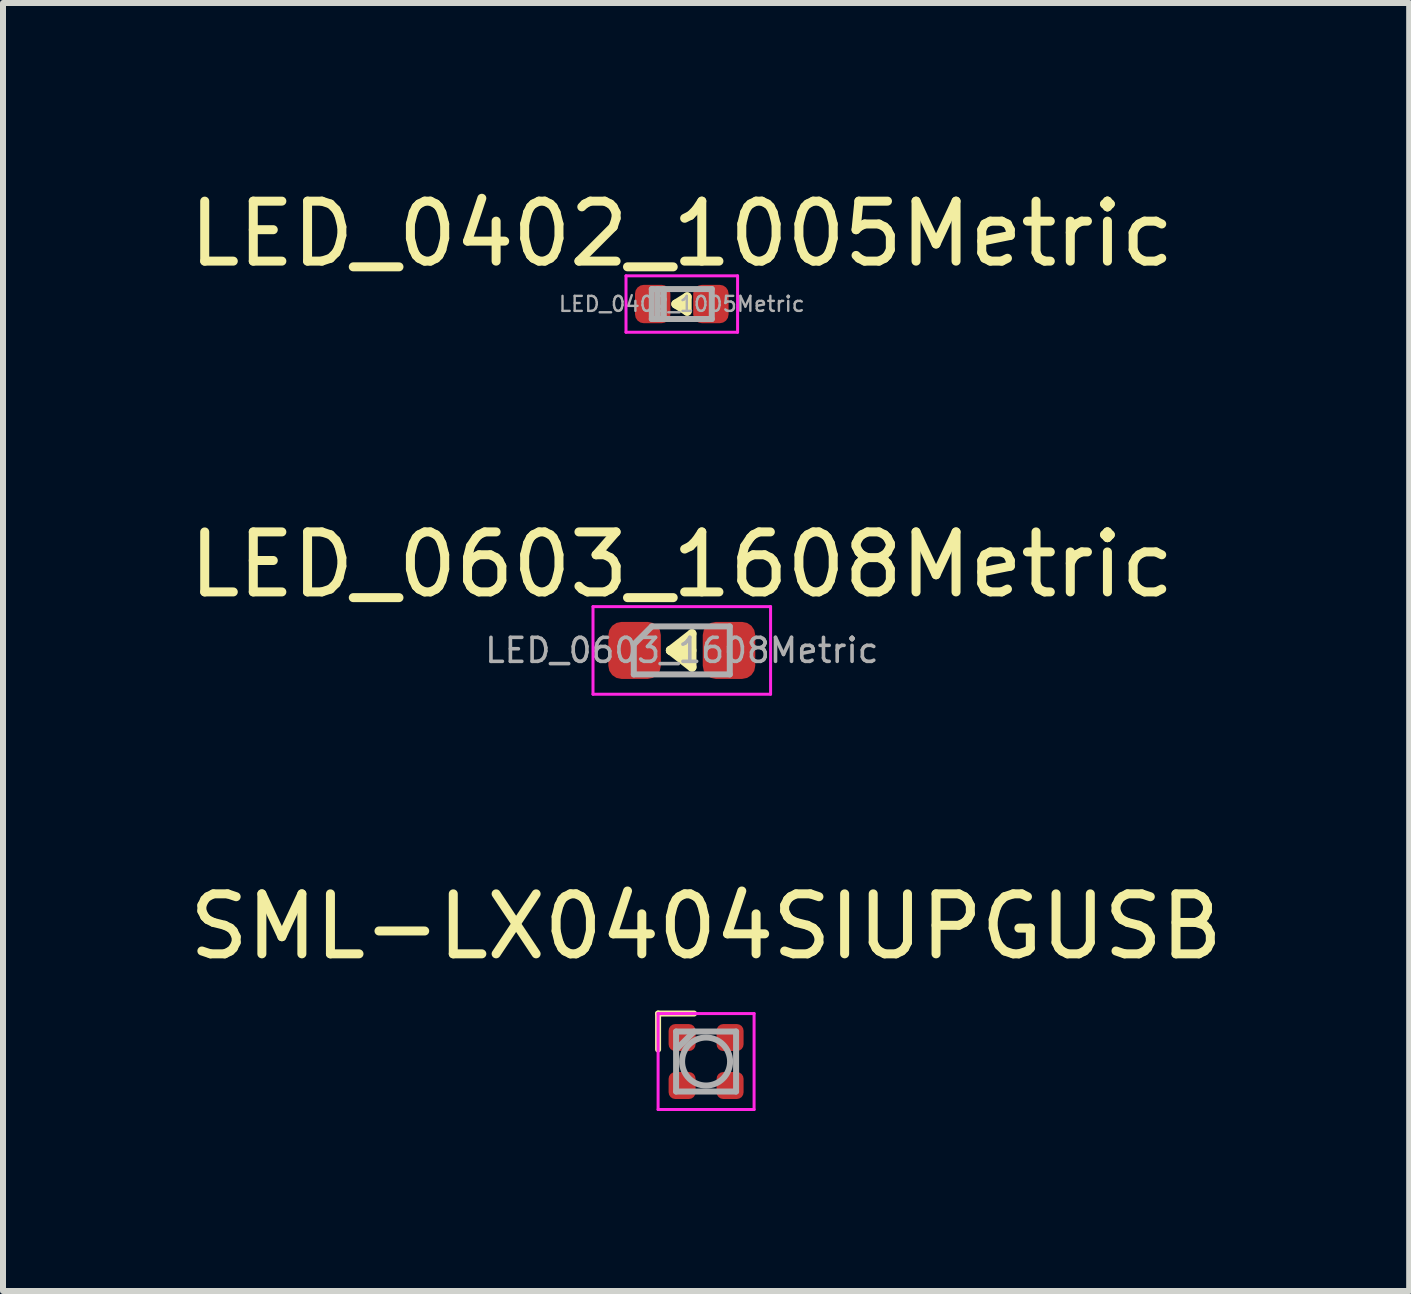
<source format=kicad_pcb>
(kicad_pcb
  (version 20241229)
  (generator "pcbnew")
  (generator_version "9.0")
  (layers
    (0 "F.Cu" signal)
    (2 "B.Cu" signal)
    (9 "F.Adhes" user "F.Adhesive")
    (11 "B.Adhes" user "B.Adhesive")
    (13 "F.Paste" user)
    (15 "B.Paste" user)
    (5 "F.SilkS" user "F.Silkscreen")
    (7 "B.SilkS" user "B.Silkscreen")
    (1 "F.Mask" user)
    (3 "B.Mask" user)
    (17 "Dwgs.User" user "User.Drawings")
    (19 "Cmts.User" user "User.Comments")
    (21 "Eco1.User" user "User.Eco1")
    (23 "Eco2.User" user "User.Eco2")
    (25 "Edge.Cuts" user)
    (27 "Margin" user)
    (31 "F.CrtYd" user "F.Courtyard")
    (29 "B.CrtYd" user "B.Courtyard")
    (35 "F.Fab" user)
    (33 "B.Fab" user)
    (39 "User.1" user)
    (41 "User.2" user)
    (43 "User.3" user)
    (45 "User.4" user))
  (footprint "LED_0603_1608Metric"
    (layer "F.Cu")
    (at 8.315 7.792)
    (property "Reference" "LED_0603_1608Metric" (at 0 -1.43 0) (layer "F.SilkS") (effects (font (size 1 1) (thickness 0.15))))
    (attr smd)
    (fp_line (start -0.19 0) (end 0.08 -0.11) (stroke (width 0.15) (type solid)) (layer "F.SilkS"))
    (fp_line (start -0.19 0) (end 0.17 0) (stroke (width 0.15) (type solid)) (layer "F.SilkS"))
    (fp_line (start 0.08 -0.11) (end 0.08 0.11) (stroke (width 0.15) (type solid)) (layer "F.SilkS"))
    (fp_line (start 0.08 0.11) (end 0.1 -0.02) (stroke (width 0.15) (type solid)) (layer "F.SilkS"))
    (fp_line (start 0.17 -0.28) (end -0.19 0) (stroke (width 0.15) (type solid)) (layer "F.SilkS"))
    (fp_line (start 0.17 -0.28) (end 0.17 0.28) (stroke (width 0.15) (type solid)) (layer "F.SilkS"))
    (fp_line (start 0.17 0.28) (end -0.19 0) (stroke (width 0.15) (type solid)) (layer "F.SilkS"))
    (fp_line (start -1.48 -0.73) (end 1.48 -0.73) (stroke (width 0.05) (type solid)) (layer "F.CrtYd"))
    (fp_line (start -1.48 0.73) (end -1.48 -0.73) (stroke (width 0.05) (type solid)) (layer "F.CrtYd"))
    (fp_line (start 1.48 -0.73) (end 1.48 0.73) (stroke (width 0.05) (type solid)) (layer "F.CrtYd"))
    (fp_line (start 1.48 0.73) (end -1.48 0.73) (stroke (width 0.05) (type solid)) (layer "F.CrtYd"))
    (fp_line (start -0.8 -0.1) (end -0.8 0.4) (stroke (width 0.1) (type solid)) (layer "F.Fab"))
    (fp_line (start -0.8 0.4) (end 0.8 0.4) (stroke (width 0.1) (type solid)) (layer "F.Fab"))
    (fp_line (start -0.5 -0.4) (end -0.8 -0.1) (stroke (width 0.1) (type solid)) (layer "F.Fab"))
    (fp_line (start 0.8 -0.4) (end -0.5 -0.4) (stroke (width 0.1) (type solid)) (layer "F.Fab"))
    (fp_line (start 0.8 0.4) (end 0.8 -0.4) (stroke (width 0.1) (type solid)) (layer "F.Fab"))
    (fp_text user "${REFERENCE}" (at 0 0 0) (layer "F.Fab") (effects (font (size 0.4 0.4) (thickness 0.06))))
    (pad "1" smd roundrect (at -0.787 0) (size 0.875 0.95) (layers "F.Cu" "F.Mask" "F.Paste") (roundrect_rratio 0.25))
    (pad "2" smd roundrect (at 0.787 0) (size 0.875 0.95) (layers "F.Cu" "F.Mask" "F.Paste") (roundrect_rratio 0.25)))
  (footprint "LED_0402_1005Metric"
    (layer "F.Cu")
    (at 8.315 2.018)
    (property "Reference" "LED_0402_1005Metric" (at 0 -1.17 0) (layer "F.SilkS") (effects (font (size 1 1) (thickness 0.15))))
    (attr smd)
    (fp_line (start -0.1 0) (end 0.09 0.12) (stroke (width 0.15) (type solid)) (layer "F.SilkS"))
    (fp_line (start 0.09 -0.12) (end -0.1 0) (stroke (width 0.15) (type solid)) (layer "F.SilkS"))
    (fp_line (start 0.09 -0.12) (end 0.09 0.12) (stroke (width 0.15) (type solid)) (layer "F.SilkS"))
    (fp_line (start -0.93 -0.47) (end 0.93 -0.47) (stroke (width 0.05) (type solid)) (layer "F.CrtYd"))
    (fp_line (start -0.93 0.47) (end -0.93 -0.47) (stroke (width 0.05) (type solid)) (layer "F.CrtYd"))
    (fp_line (start 0.93 -0.47) (end 0.93 0.47) (stroke (width 0.05) (type solid)) (layer "F.CrtYd"))
    (fp_line (start 0.93 0.47) (end -0.93 0.47) (stroke (width 0.05) (type solid)) (layer "F.CrtYd"))
    (fp_line (start -0.5 -0.25) (end 0.5 -0.25) (stroke (width 0.1) (type solid)) (layer "F.Fab"))
    (fp_line (start -0.5 0.25) (end -0.5 -0.25) (stroke (width 0.1) (type solid)) (layer "F.Fab"))
    (fp_line (start -0.4 0.25) (end -0.4 -0.25) (stroke (width 0.1) (type solid)) (layer "F.Fab"))
    (fp_line (start -0.3 0.25) (end -0.3 -0.25) (stroke (width 0.1) (type solid)) (layer "F.Fab"))
    (fp_line (start 0.5 -0.25) (end 0.5 0.25) (stroke (width 0.1) (type solid)) (layer "F.Fab"))
    (fp_line (start 0.5 0.25) (end -0.5 0.25) (stroke (width 0.1) (type solid)) (layer "F.Fab"))
    (fp_text user "${REFERENCE}" (at 0 0 0) (layer "F.Fab") (effects (font (size 0.25 0.25) (thickness 0.04))))
    (pad "1" smd roundrect (at -0.485 0) (size 0.59 0.64) (layers "F.Cu" "F.Mask" "F.Paste") (roundrect_rratio 0.25))
    (pad "2" smd roundrect (at 0.485 0) (size 0.59 0.64) (layers "F.Cu" "F.Mask" "F.Paste") (roundrect_rratio 0.25)))
  (footprint "SML-LX0404SIUPGUSB"
    (layer "F.Cu")
    (at 8.72 14.645)
    (property "Reference" "SML-LX0404SIUPGUSB" (at 0 -2.25 0) (layer "F.SilkS") (effects (font (size 1 1) (thickness 0.15))))
    (attr smd)
    (fp_line (start -0.8 -0.8) (end -0.2 -0.8) (stroke (width 0.1) (type solid)) (layer "F.SilkS"))
    (fp_line (start -0.8 -0.2) (end -0.8 -0.8) (stroke (width 0.1) (type solid)) (layer "F.SilkS"))
    (fp_line (start -0.8 -0.8) (end -0.8 0.8) (stroke (width 0.05) (type solid)) (layer "F.CrtYd"))
    (fp_line (start -0.8 0.8) (end 0.8 0.8) (stroke (width 0.05) (type solid)) (layer "F.CrtYd"))
    (fp_line (start 0.8 -0.8) (end -0.8 -0.8) (stroke (width 0.05) (type solid)) (layer "F.CrtYd"))
    (fp_line (start 0.8 0.8) (end 0.8 -0.8) (stroke (width 0.05) (type solid)) (layer "F.CrtYd"))
    (fp_line (start -0.5 -0.5) (end -0.5 0.5) (stroke (width 0.1) (type solid)) (layer "F.Fab"))
    (fp_line (start -0.5 0.5) (end 0.5 0.5) (stroke (width 0.1) (type solid)) (layer "F.Fab"))
    (fp_line (start -0.2 -0.5) (end -0.5 -0.2) (stroke (width 0.1) (type solid)) (layer "F.Fab"))
    (fp_line (start 0.5 -0.5) (end -0.5 -0.5) (stroke (width 0.1) (type solid)) (layer "F.Fab"))
    (fp_line (start 0.5 0.5) (end 0.5 -0.5) (stroke (width 0.1) (type solid)) (layer "F.Fab"))
    (fp_circle (center 0 0) (end 0.4 0) (stroke (width 0.1) (type solid)) (fill no) (layer "F.Fab"))
    (pad "1" smd roundrect (at -0.4 -0.4) (size 0.45 0.45) (layers "F.Cu" "F.Mask" "F.Paste") (roundrect_rratio 0.25))
    (pad "2" smd roundrect (at 0.4 -0.4) (size 0.45 0.45) (layers "F.Cu" "F.Mask" "F.Paste") (roundrect_rratio 0.25))
    (pad "3" smd roundrect (at 0.4 0.4) (size 0.45 0.45) (layers "F.Cu" "F.Mask" "F.Paste") (roundrect_rratio 0.25))
    (pad "4" smd roundrect (at -0.4 0.4) (size 0.45 0.45) (layers "F.Cu" "F.Mask" "F.Paste") (roundrect_rratio 0.25)))
  (gr_rect
    (start -3 -3)
    (end 20.44 18.47)
    (stroke (width 0.1) (type default))
    (fill no)
    (layer "Edge.Cuts")))
</source>
